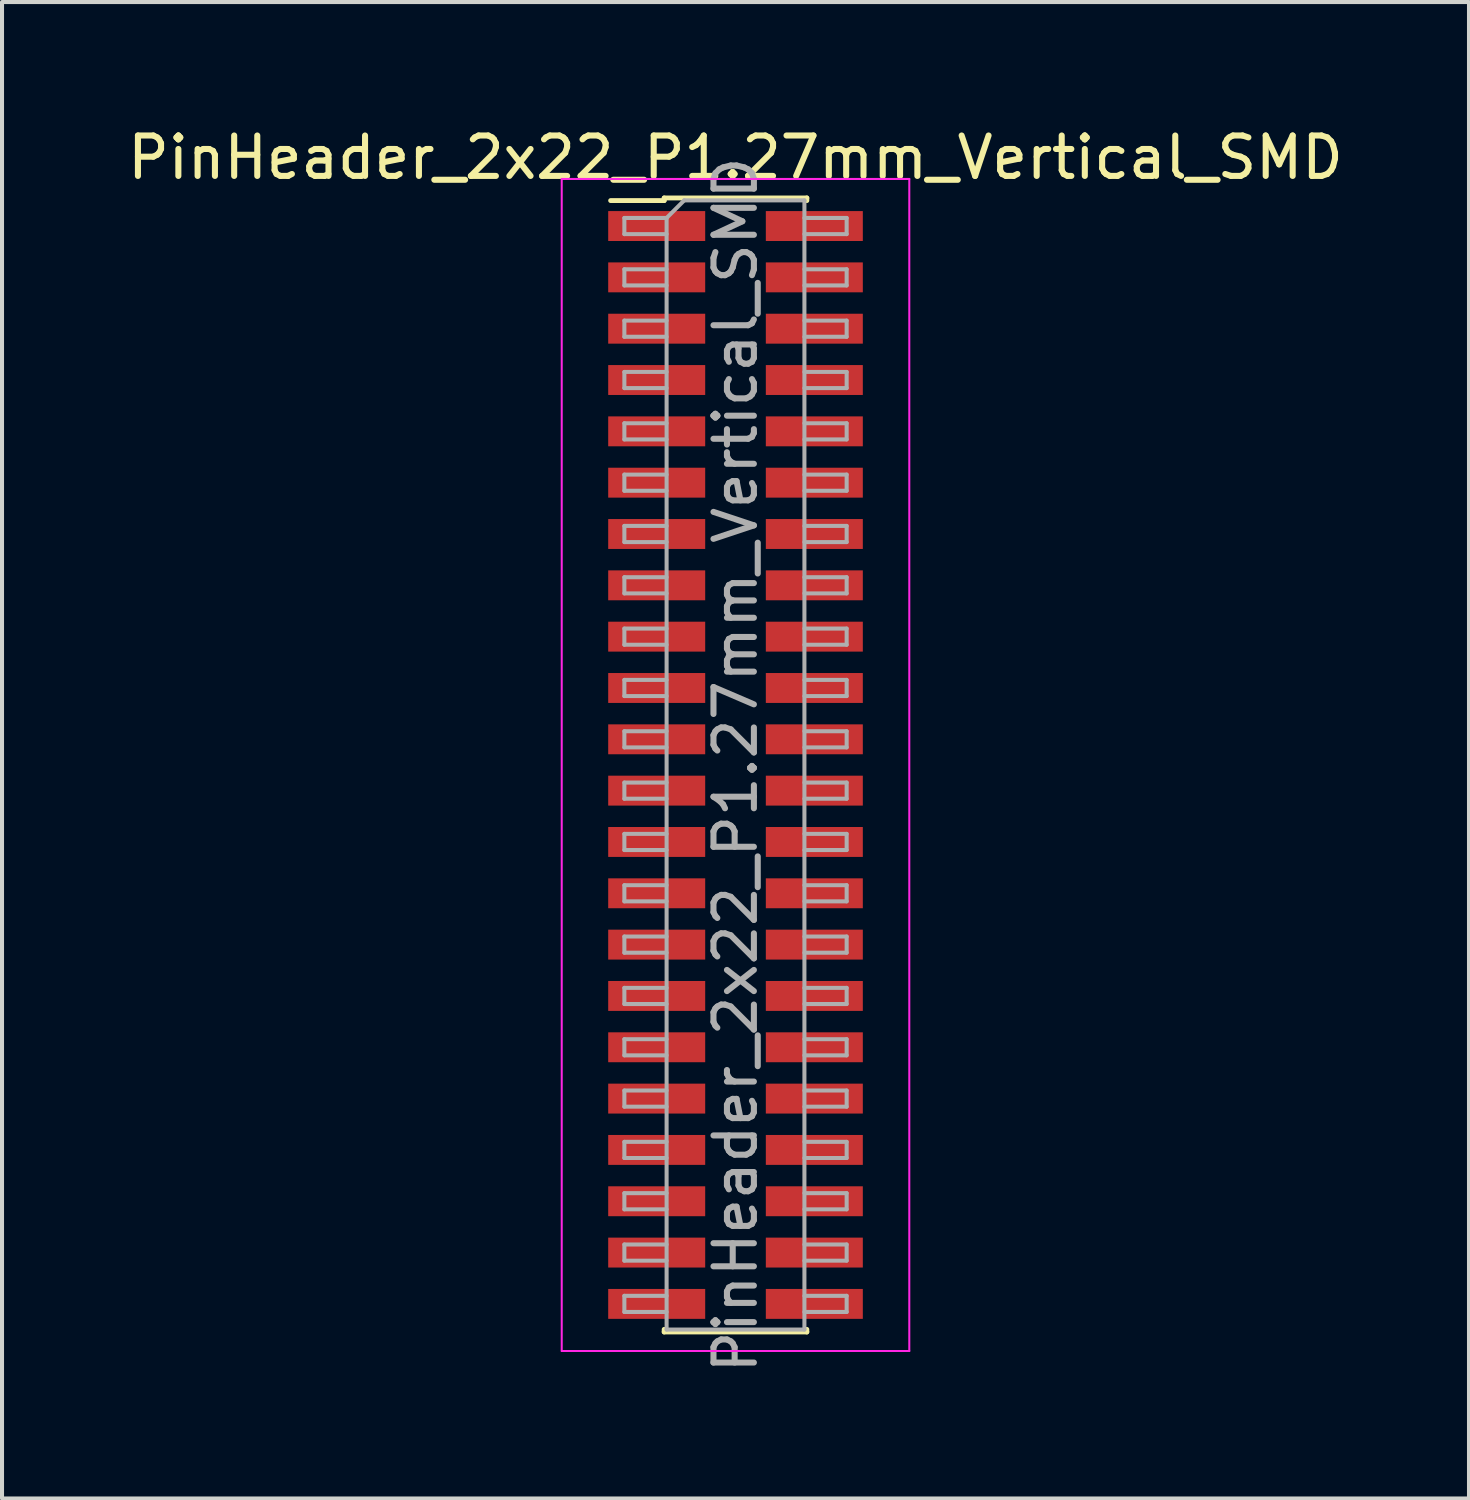
<source format=kicad_pcb>
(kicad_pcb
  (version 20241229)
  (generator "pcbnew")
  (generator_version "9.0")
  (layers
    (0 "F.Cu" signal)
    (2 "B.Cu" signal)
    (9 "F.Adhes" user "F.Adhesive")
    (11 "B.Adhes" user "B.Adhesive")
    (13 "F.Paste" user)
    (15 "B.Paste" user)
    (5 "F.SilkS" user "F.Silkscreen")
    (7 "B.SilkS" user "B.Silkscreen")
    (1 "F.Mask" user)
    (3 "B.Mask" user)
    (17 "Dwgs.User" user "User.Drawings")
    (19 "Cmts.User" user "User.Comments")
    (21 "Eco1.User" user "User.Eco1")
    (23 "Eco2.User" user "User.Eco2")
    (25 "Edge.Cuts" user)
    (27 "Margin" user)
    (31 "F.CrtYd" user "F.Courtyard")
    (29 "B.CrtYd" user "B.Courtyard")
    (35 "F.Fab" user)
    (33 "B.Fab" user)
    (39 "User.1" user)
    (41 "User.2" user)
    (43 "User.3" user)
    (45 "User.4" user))
  (footprint "PinHeader_2x22_P1.27mm_Vertical_SMD"
    (layer "F.Cu")
    (at 15.149 15.878)
    (property "Reference" "PinHeader_2x22_P1.27mm_Vertical_SMD" (at 0 -15.03 0) (layer "F.SilkS") (effects (font (size 1 1) (thickness 0.15))))
    (attr smd)
    (fp_line (start -3.09 -13.965) (end -1.765 -13.965) (stroke (width 0.12) (type solid)) (layer "F.SilkS"))
    (fp_line (start -1.765 -14.03) (end -1.765 -13.965) (stroke (width 0.12) (type solid)) (layer "F.SilkS"))
    (fp_line (start -1.765 -14.03) (end 1.765 -14.03) (stroke (width 0.12) (type solid)) (layer "F.SilkS"))
    (fp_line (start -1.765 13.965) (end -1.765 14.03) (stroke (width 0.12) (type solid)) (layer "F.SilkS"))
    (fp_line (start -1.765 14.03) (end 1.765 14.03) (stroke (width 0.12) (type solid)) (layer "F.SilkS"))
    (fp_line (start 1.765 -14.03) (end 1.765 -13.965) (stroke (width 0.12) (type solid)) (layer "F.SilkS"))
    (fp_line (start 1.765 13.965) (end 1.765 14.03) (stroke (width 0.12) (type solid)) (layer "F.SilkS"))
    (fp_line (start -4.3 -14.5) (end -4.3 14.5) (stroke (width 0.05) (type solid)) (layer "F.CrtYd"))
    (fp_line (start -4.3 14.5) (end 4.3 14.5) (stroke (width 0.05) (type solid)) (layer "F.CrtYd"))
    (fp_line (start 4.3 -14.5) (end -4.3 -14.5) (stroke (width 0.05) (type solid)) (layer "F.CrtYd"))
    (fp_line (start 4.3 14.5) (end 4.3 -14.5) (stroke (width 0.05) (type solid)) (layer "F.CrtYd"))
    (fp_line (start -2.75 -13.535) (end -2.75 -13.135) (stroke (width 0.1) (type solid)) (layer "F.Fab"))
    (fp_line (start -2.75 -13.135) (end -1.705 -13.135) (stroke (width 0.1) (type solid)) (layer "F.Fab"))
    (fp_line (start -2.75 -12.265) (end -2.75 -11.865) (stroke (width 0.1) (type solid)) (layer "F.Fab"))
    (fp_line (start -2.75 -11.865) (end -1.705 -11.865) (stroke (width 0.1) (type solid)) (layer "F.Fab"))
    (fp_line (start -2.75 -10.995) (end -2.75 -10.595) (stroke (width 0.1) (type solid)) (layer "F.Fab"))
    (fp_line (start -2.75 -10.595) (end -1.705 -10.595) (stroke (width 0.1) (type solid)) (layer "F.Fab"))
    (fp_line (start -2.75 -9.725) (end -2.75 -9.325) (stroke (width 0.1) (type solid)) (layer "F.Fab"))
    (fp_line (start -2.75 -9.325) (end -1.705 -9.325) (stroke (width 0.1) (type solid)) (layer "F.Fab"))
    (fp_line (start -2.75 -8.455) (end -2.75 -8.055) (stroke (width 0.1) (type solid)) (layer "F.Fab"))
    (fp_line (start -2.75 -8.055) (end -1.705 -8.055) (stroke (width 0.1) (type solid)) (layer "F.Fab"))
    (fp_line (start -2.75 -7.185) (end -2.75 -6.785) (stroke (width 0.1) (type solid)) (layer "F.Fab"))
    (fp_line (start -2.75 -6.785) (end -1.705 -6.785) (stroke (width 0.1) (type solid)) (layer "F.Fab"))
    (fp_line (start -2.75 -5.915) (end -2.75 -5.515) (stroke (width 0.1) (type solid)) (layer "F.Fab"))
    (fp_line (start -2.75 -5.515) (end -1.705 -5.515) (stroke (width 0.1) (type solid)) (layer "F.Fab"))
    (fp_line (start -2.75 -4.645) (end -2.75 -4.245) (stroke (width 0.1) (type solid)) (layer "F.Fab"))
    (fp_line (start -2.75 -4.245) (end -1.705 -4.245) (stroke (width 0.1) (type solid)) (layer "F.Fab"))
    (fp_line (start -2.75 -3.375) (end -2.75 -2.975) (stroke (width 0.1) (type solid)) (layer "F.Fab"))
    (fp_line (start -2.75 -2.975) (end -1.705 -2.975) (stroke (width 0.1) (type solid)) (layer "F.Fab"))
    (fp_line (start -2.75 -2.105) (end -2.75 -1.705) (stroke (width 0.1) (type solid)) (layer "F.Fab"))
    (fp_line (start -2.75 -1.705) (end -1.705 -1.705) (stroke (width 0.1) (type solid)) (layer "F.Fab"))
    (fp_line (start -2.75 -0.835) (end -2.75 -0.435) (stroke (width 0.1) (type solid)) (layer "F.Fab"))
    (fp_line (start -2.75 -0.435) (end -1.705 -0.435) (stroke (width 0.1) (type solid)) (layer "F.Fab"))
    (fp_line (start -2.75 0.435) (end -2.75 0.835) (stroke (width 0.1) (type solid)) (layer "F.Fab"))
    (fp_line (start -2.75 0.835) (end -1.705 0.835) (stroke (width 0.1) (type solid)) (layer "F.Fab"))
    (fp_line (start -2.75 1.705) (end -2.75 2.105) (stroke (width 0.1) (type solid)) (layer "F.Fab"))
    (fp_line (start -2.75 2.105) (end -1.705 2.105) (stroke (width 0.1) (type solid)) (layer "F.Fab"))
    (fp_line (start -2.75 2.975) (end -2.75 3.375) (stroke (width 0.1) (type solid)) (layer "F.Fab"))
    (fp_line (start -2.75 3.375) (end -1.705 3.375) (stroke (width 0.1) (type solid)) (layer "F.Fab"))
    (fp_line (start -2.75 4.245) (end -2.75 4.645) (stroke (width 0.1) (type solid)) (layer "F.Fab"))
    (fp_line (start -2.75 4.645) (end -1.705 4.645) (stroke (width 0.1) (type solid)) (layer "F.Fab"))
    (fp_line (start -2.75 5.515) (end -2.75 5.915) (stroke (width 0.1) (type solid)) (layer "F.Fab"))
    (fp_line (start -2.75 5.915) (end -1.705 5.915) (stroke (width 0.1) (type solid)) (layer "F.Fab"))
    (fp_line (start -2.75 6.785) (end -2.75 7.185) (stroke (width 0.1) (type solid)) (layer "F.Fab"))
    (fp_line (start -2.75 7.185) (end -1.705 7.185) (stroke (width 0.1) (type solid)) (layer "F.Fab"))
    (fp_line (start -2.75 8.055) (end -2.75 8.455) (stroke (width 0.1) (type solid)) (layer "F.Fab"))
    (fp_line (start -2.75 8.455) (end -1.705 8.455) (stroke (width 0.1) (type solid)) (layer "F.Fab"))
    (fp_line (start -2.75 9.325) (end -2.75 9.725) (stroke (width 0.1) (type solid)) (layer "F.Fab"))
    (fp_line (start -2.75 9.725) (end -1.705 9.725) (stroke (width 0.1) (type solid)) (layer "F.Fab"))
    (fp_line (start -2.75 10.595) (end -2.75 10.995) (stroke (width 0.1) (type solid)) (layer "F.Fab"))
    (fp_line (start -2.75 10.995) (end -1.705 10.995) (stroke (width 0.1) (type solid)) (layer "F.Fab"))
    (fp_line (start -2.75 11.865) (end -2.75 12.265) (stroke (width 0.1) (type solid)) (layer "F.Fab"))
    (fp_line (start -2.75 12.265) (end -1.705 12.265) (stroke (width 0.1) (type solid)) (layer "F.Fab"))
    (fp_line (start -2.75 13.135) (end -2.75 13.535) (stroke (width 0.1) (type solid)) (layer "F.Fab"))
    (fp_line (start -2.75 13.535) (end -1.705 13.535) (stroke (width 0.1) (type solid)) (layer "F.Fab"))
    (fp_line (start -1.705 -13.535) (end -2.75 -13.535) (stroke (width 0.1) (type solid)) (layer "F.Fab"))
    (fp_line (start -1.705 -13.535) (end -1.27 -13.97) (stroke (width 0.1) (type solid)) (layer "F.Fab"))
    (fp_line (start -1.705 -12.265) (end -2.75 -12.265) (stroke (width 0.1) (type solid)) (layer "F.Fab"))
    (fp_line (start -1.705 -10.995) (end -2.75 -10.995) (stroke (width 0.1) (type solid)) (layer "F.Fab"))
    (fp_line (start -1.705 -9.725) (end -2.75 -9.725) (stroke (width 0.1) (type solid)) (layer "F.Fab"))
    (fp_line (start -1.705 -8.455) (end -2.75 -8.455) (stroke (width 0.1) (type solid)) (layer "F.Fab"))
    (fp_line (start -1.705 -7.185) (end -2.75 -7.185) (stroke (width 0.1) (type solid)) (layer "F.Fab"))
    (fp_line (start -1.705 -5.915) (end -2.75 -5.915) (stroke (width 0.1) (type solid)) (layer "F.Fab"))
    (fp_line (start -1.705 -4.645) (end -2.75 -4.645) (stroke (width 0.1) (type solid)) (layer "F.Fab"))
    (fp_line (start -1.705 -3.375) (end -2.75 -3.375) (stroke (width 0.1) (type solid)) (layer "F.Fab"))
    (fp_line (start -1.705 -2.105) (end -2.75 -2.105) (stroke (width 0.1) (type solid)) (layer "F.Fab"))
    (fp_line (start -1.705 -0.835) (end -2.75 -0.835) (stroke (width 0.1) (type solid)) (layer "F.Fab"))
    (fp_line (start -1.705 0.435) (end -2.75 0.435) (stroke (width 0.1) (type solid)) (layer "F.Fab"))
    (fp_line (start -1.705 1.705) (end -2.75 1.705) (stroke (width 0.1) (type solid)) (layer "F.Fab"))
    (fp_line (start -1.705 2.975) (end -2.75 2.975) (stroke (width 0.1) (type solid)) (layer "F.Fab"))
    (fp_line (start -1.705 4.245) (end -2.75 4.245) (stroke (width 0.1) (type solid)) (layer "F.Fab"))
    (fp_line (start -1.705 5.515) (end -2.75 5.515) (stroke (width 0.1) (type solid)) (layer "F.Fab"))
    (fp_line (start -1.705 6.785) (end -2.75 6.785) (stroke (width 0.1) (type solid)) (layer "F.Fab"))
    (fp_line (start -1.705 8.055) (end -2.75 8.055) (stroke (width 0.1) (type solid)) (layer "F.Fab"))
    (fp_line (start -1.705 9.325) (end -2.75 9.325) (stroke (width 0.1) (type solid)) (layer "F.Fab"))
    (fp_line (start -1.705 10.595) (end -2.75 10.595) (stroke (width 0.1) (type solid)) (layer "F.Fab"))
    (fp_line (start -1.705 11.865) (end -2.75 11.865) (stroke (width 0.1) (type solid)) (layer "F.Fab"))
    (fp_line (start -1.705 13.135) (end -2.75 13.135) (stroke (width 0.1) (type solid)) (layer "F.Fab"))
    (fp_line (start -1.705 13.97) (end -1.705 -13.535) (stroke (width 0.1) (type solid)) (layer "F.Fab"))
    (fp_line (start -1.27 -13.97) (end 1.705 -13.97) (stroke (width 0.1) (type solid)) (layer "F.Fab"))
    (fp_line (start 1.705 -13.97) (end 1.705 13.97) (stroke (width 0.1) (type solid)) (layer "F.Fab"))
    (fp_line (start 1.705 -13.535) (end 2.75 -13.535) (stroke (width 0.1) (type solid)) (layer "F.Fab"))
    (fp_line (start 1.705 -12.265) (end 2.75 -12.265) (stroke (width 0.1) (type solid)) (layer "F.Fab"))
    (fp_line (start 1.705 -10.995) (end 2.75 -10.995) (stroke (width 0.1) (type solid)) (layer "F.Fab"))
    (fp_line (start 1.705 -9.725) (end 2.75 -9.725) (stroke (width 0.1) (type solid)) (layer "F.Fab"))
    (fp_line (start 1.705 -8.455) (end 2.75 -8.455) (stroke (width 0.1) (type solid)) (layer "F.Fab"))
    (fp_line (start 1.705 -7.185) (end 2.75 -7.185) (stroke (width 0.1) (type solid)) (layer "F.Fab"))
    (fp_line (start 1.705 -5.915) (end 2.75 -5.915) (stroke (width 0.1) (type solid)) (layer "F.Fab"))
    (fp_line (start 1.705 -4.645) (end 2.75 -4.645) (stroke (width 0.1) (type solid)) (layer "F.Fab"))
    (fp_line (start 1.705 -3.375) (end 2.75 -3.375) (stroke (width 0.1) (type solid)) (layer "F.Fab"))
    (fp_line (start 1.705 -2.105) (end 2.75 -2.105) (stroke (width 0.1) (type solid)) (layer "F.Fab"))
    (fp_line (start 1.705 -0.835) (end 2.75 -0.835) (stroke (width 0.1) (type solid)) (layer "F.Fab"))
    (fp_line (start 1.705 0.435) (end 2.75 0.435) (stroke (width 0.1) (type solid)) (layer "F.Fab"))
    (fp_line (start 1.705 1.705) (end 2.75 1.705) (stroke (width 0.1) (type solid)) (layer "F.Fab"))
    (fp_line (start 1.705 2.975) (end 2.75 2.975) (stroke (width 0.1) (type solid)) (layer "F.Fab"))
    (fp_line (start 1.705 4.245) (end 2.75 4.245) (stroke (width 0.1) (type solid)) (layer "F.Fab"))
    (fp_line (start 1.705 5.515) (end 2.75 5.515) (stroke (width 0.1) (type solid)) (layer "F.Fab"))
    (fp_line (start 1.705 6.785) (end 2.75 6.785) (stroke (width 0.1) (type solid)) (layer "F.Fab"))
    (fp_line (start 1.705 8.055) (end 2.75 8.055) (stroke (width 0.1) (type solid)) (layer "F.Fab"))
    (fp_line (start 1.705 9.325) (end 2.75 9.325) (stroke (width 0.1) (type solid)) (layer "F.Fab"))
    (fp_line (start 1.705 10.595) (end 2.75 10.595) (stroke (width 0.1) (type solid)) (layer "F.Fab"))
    (fp_line (start 1.705 11.865) (end 2.75 11.865) (stroke (width 0.1) (type solid)) (layer "F.Fab"))
    (fp_line (start 1.705 13.135) (end 2.75 13.135) (stroke (width 0.1) (type solid)) (layer "F.Fab"))
    (fp_line (start 1.705 13.97) (end -1.705 13.97) (stroke (width 0.1) (type solid)) (layer "F.Fab"))
    (fp_line (start 2.75 -13.535) (end 2.75 -13.135) (stroke (width 0.1) (type solid)) (layer "F.Fab"))
    (fp_line (start 2.75 -13.135) (end 1.705 -13.135) (stroke (width 0.1) (type solid)) (layer "F.Fab"))
    (fp_line (start 2.75 -12.265) (end 2.75 -11.865) (stroke (width 0.1) (type solid)) (layer "F.Fab"))
    (fp_line (start 2.75 -11.865) (end 1.705 -11.865) (stroke (width 0.1) (type solid)) (layer "F.Fab"))
    (fp_line (start 2.75 -10.995) (end 2.75 -10.595) (stroke (width 0.1) (type solid)) (layer "F.Fab"))
    (fp_line (start 2.75 -10.595) (end 1.705 -10.595) (stroke (width 0.1) (type solid)) (layer "F.Fab"))
    (fp_line (start 2.75 -9.725) (end 2.75 -9.325) (stroke (width 0.1) (type solid)) (layer "F.Fab"))
    (fp_line (start 2.75 -9.325) (end 1.705 -9.325) (stroke (width 0.1) (type solid)) (layer "F.Fab"))
    (fp_line (start 2.75 -8.455) (end 2.75 -8.055) (stroke (width 0.1) (type solid)) (layer "F.Fab"))
    (fp_line (start 2.75 -8.055) (end 1.705 -8.055) (stroke (width 0.1) (type solid)) (layer "F.Fab"))
    (fp_line (start 2.75 -7.185) (end 2.75 -6.785) (stroke (width 0.1) (type solid)) (layer "F.Fab"))
    (fp_line (start 2.75 -6.785) (end 1.705 -6.785) (stroke (width 0.1) (type solid)) (layer "F.Fab"))
    (fp_line (start 2.75 -5.915) (end 2.75 -5.515) (stroke (width 0.1) (type solid)) (layer "F.Fab"))
    (fp_line (start 2.75 -5.515) (end 1.705 -5.515) (stroke (width 0.1) (type solid)) (layer "F.Fab"))
    (fp_line (start 2.75 -4.645) (end 2.75 -4.245) (stroke (width 0.1) (type solid)) (layer "F.Fab"))
    (fp_line (start 2.75 -4.245) (end 1.705 -4.245) (stroke (width 0.1) (type solid)) (layer "F.Fab"))
    (fp_line (start 2.75 -3.375) (end 2.75 -2.975) (stroke (width 0.1) (type solid)) (layer "F.Fab"))
    (fp_line (start 2.75 -2.975) (end 1.705 -2.975) (stroke (width 0.1) (type solid)) (layer "F.Fab"))
    (fp_line (start 2.75 -2.105) (end 2.75 -1.705) (stroke (width 0.1) (type solid)) (layer "F.Fab"))
    (fp_line (start 2.75 -1.705) (end 1.705 -1.705) (stroke (width 0.1) (type solid)) (layer "F.Fab"))
    (fp_line (start 2.75 -0.835) (end 2.75 -0.435) (stroke (width 0.1) (type solid)) (layer "F.Fab"))
    (fp_line (start 2.75 -0.435) (end 1.705 -0.435) (stroke (width 0.1) (type solid)) (layer "F.Fab"))
    (fp_line (start 2.75 0.435) (end 2.75 0.835) (stroke (width 0.1) (type solid)) (layer "F.Fab"))
    (fp_line (start 2.75 0.835) (end 1.705 0.835) (stroke (width 0.1) (type solid)) (layer "F.Fab"))
    (fp_line (start 2.75 1.705) (end 2.75 2.105) (stroke (width 0.1) (type solid)) (layer "F.Fab"))
    (fp_line (start 2.75 2.105) (end 1.705 2.105) (stroke (width 0.1) (type solid)) (layer "F.Fab"))
    (fp_line (start 2.75 2.975) (end 2.75 3.375) (stroke (width 0.1) (type solid)) (layer "F.Fab"))
    (fp_line (start 2.75 3.375) (end 1.705 3.375) (stroke (width 0.1) (type solid)) (layer "F.Fab"))
    (fp_line (start 2.75 4.245) (end 2.75 4.645) (stroke (width 0.1) (type solid)) (layer "F.Fab"))
    (fp_line (start 2.75 4.645) (end 1.705 4.645) (stroke (width 0.1) (type solid)) (layer "F.Fab"))
    (fp_line (start 2.75 5.515) (end 2.75 5.915) (stroke (width 0.1) (type solid)) (layer "F.Fab"))
    (fp_line (start 2.75 5.915) (end 1.705 5.915) (stroke (width 0.1) (type solid)) (layer "F.Fab"))
    (fp_line (start 2.75 6.785) (end 2.75 7.185) (stroke (width 0.1) (type solid)) (layer "F.Fab"))
    (fp_line (start 2.75 7.185) (end 1.705 7.185) (stroke (width 0.1) (type solid)) (layer "F.Fab"))
    (fp_line (start 2.75 8.055) (end 2.75 8.455) (stroke (width 0.1) (type solid)) (layer "F.Fab"))
    (fp_line (start 2.75 8.455) (end 1.705 8.455) (stroke (width 0.1) (type solid)) (layer "F.Fab"))
    (fp_line (start 2.75 9.325) (end 2.75 9.725) (stroke (width 0.1) (type solid)) (layer "F.Fab"))
    (fp_line (start 2.75 9.725) (end 1.705 9.725) (stroke (width 0.1) (type solid)) (layer "F.Fab"))
    (fp_line (start 2.75 10.595) (end 2.75 10.995) (stroke (width 0.1) (type solid)) (layer "F.Fab"))
    (fp_line (start 2.75 10.995) (end 1.705 10.995) (stroke (width 0.1) (type solid)) (layer "F.Fab"))
    (fp_line (start 2.75 11.865) (end 2.75 12.265) (stroke (width 0.1) (type solid)) (layer "F.Fab"))
    (fp_line (start 2.75 12.265) (end 1.705 12.265) (stroke (width 0.1) (type solid)) (layer "F.Fab"))
    (fp_line (start 2.75 13.135) (end 2.75 13.535) (stroke (width 0.1) (type solid)) (layer "F.Fab"))
    (fp_line (start 2.75 13.535) (end 1.705 13.535) (stroke (width 0.1) (type solid)) (layer "F.Fab"))
    (fp_text user "${REFERENCE}" (at 0 0 90) (layer "F.Fab") (effects (font (size 1 1) (thickness 0.15))))
    (pad "1" smd rect (at -1.95 -13.335) (size 2.4 0.74) (layers "F.Cu" "F.Mask" "F.Paste"))
    (pad "2" smd rect (at 1.95 -13.335) (size 2.4 0.74) (layers "F.Cu" "F.Mask" "F.Paste"))
    (pad "3" smd rect (at -1.95 -12.065) (size 2.4 0.74) (layers "F.Cu" "F.Mask" "F.Paste"))
    (pad "4" smd rect (at 1.95 -12.065) (size 2.4 0.74) (layers "F.Cu" "F.Mask" "F.Paste"))
    (pad "5" smd rect (at -1.95 -10.795) (size 2.4 0.74) (layers "F.Cu" "F.Mask" "F.Paste"))
    (pad "6" smd rect (at 1.95 -10.795) (size 2.4 0.74) (layers "F.Cu" "F.Mask" "F.Paste"))
    (pad "7" smd rect (at -1.95 -9.525) (size 2.4 0.74) (layers "F.Cu" "F.Mask" "F.Paste"))
    (pad "8" smd rect (at 1.95 -9.525) (size 2.4 0.74) (layers "F.Cu" "F.Mask" "F.Paste"))
    (pad "9" smd rect (at -1.95 -8.255) (size 2.4 0.74) (layers "F.Cu" "F.Mask" "F.Paste"))
    (pad "10" smd rect (at 1.95 -8.255) (size 2.4 0.74) (layers "F.Cu" "F.Mask" "F.Paste"))
    (pad "11" smd rect (at -1.95 -6.985) (size 2.4 0.74) (layers "F.Cu" "F.Mask" "F.Paste"))
    (pad "12" smd rect (at 1.95 -6.985) (size 2.4 0.74) (layers "F.Cu" "F.Mask" "F.Paste"))
    (pad "13" smd rect (at -1.95 -5.715) (size 2.4 0.74) (layers "F.Cu" "F.Mask" "F.Paste"))
    (pad "14" smd rect (at 1.95 -5.715) (size 2.4 0.74) (layers "F.Cu" "F.Mask" "F.Paste"))
    (pad "15" smd rect (at -1.95 -4.445) (size 2.4 0.74) (layers "F.Cu" "F.Mask" "F.Paste"))
    (pad "16" smd rect (at 1.95 -4.445) (size 2.4 0.74) (layers "F.Cu" "F.Mask" "F.Paste"))
    (pad "17" smd rect (at -1.95 -3.175) (size 2.4 0.74) (layers "F.Cu" "F.Mask" "F.Paste"))
    (pad "18" smd rect (at 1.95 -3.175) (size 2.4 0.74) (layers "F.Cu" "F.Mask" "F.Paste"))
    (pad "19" smd rect (at -1.95 -1.905) (size 2.4 0.74) (layers "F.Cu" "F.Mask" "F.Paste"))
    (pad "20" smd rect (at 1.95 -1.905) (size 2.4 0.74) (layers "F.Cu" "F.Mask" "F.Paste"))
    (pad "21" smd rect (at -1.95 -0.635) (size 2.4 0.74) (layers "F.Cu" "F.Mask" "F.Paste"))
    (pad "22" smd rect (at 1.95 -0.635) (size 2.4 0.74) (layers "F.Cu" "F.Mask" "F.Paste"))
    (pad "23" smd rect (at -1.95 0.635) (size 2.4 0.74) (layers "F.Cu" "F.Mask" "F.Paste"))
    (pad "24" smd rect (at 1.95 0.635) (size 2.4 0.74) (layers "F.Cu" "F.Mask" "F.Paste"))
    (pad "25" smd rect (at -1.95 1.905) (size 2.4 0.74) (layers "F.Cu" "F.Mask" "F.Paste"))
    (pad "26" smd rect (at 1.95 1.905) (size 2.4 0.74) (layers "F.Cu" "F.Mask" "F.Paste"))
    (pad "27" smd rect (at -1.95 3.175) (size 2.4 0.74) (layers "F.Cu" "F.Mask" "F.Paste"))
    (pad "28" smd rect (at 1.95 3.175) (size 2.4 0.74) (layers "F.Cu" "F.Mask" "F.Paste"))
    (pad "29" smd rect (at -1.95 4.445) (size 2.4 0.74) (layers "F.Cu" "F.Mask" "F.Paste"))
    (pad "30" smd rect (at 1.95 4.445) (size 2.4 0.74) (layers "F.Cu" "F.Mask" "F.Paste"))
    (pad "31" smd rect (at -1.95 5.715) (size 2.4 0.74) (layers "F.Cu" "F.Mask" "F.Paste"))
    (pad "32" smd rect (at 1.95 5.715) (size 2.4 0.74) (layers "F.Cu" "F.Mask" "F.Paste"))
    (pad "33" smd rect (at -1.95 6.985) (size 2.4 0.74) (layers "F.Cu" "F.Mask" "F.Paste"))
    (pad "34" smd rect (at 1.95 6.985) (size 2.4 0.74) (layers "F.Cu" "F.Mask" "F.Paste"))
    (pad "35" smd rect (at -1.95 8.255) (size 2.4 0.74) (layers "F.Cu" "F.Mask" "F.Paste"))
    (pad "36" smd rect (at 1.95 8.255) (size 2.4 0.74) (layers "F.Cu" "F.Mask" "F.Paste"))
    (pad "37" smd rect (at -1.95 9.525) (size 2.4 0.74) (layers "F.Cu" "F.Mask" "F.Paste"))
    (pad "38" smd rect (at 1.95 9.525) (size 2.4 0.74) (layers "F.Cu" "F.Mask" "F.Paste"))
    (pad "39" smd rect (at -1.95 10.795) (size 2.4 0.74) (layers "F.Cu" "F.Mask" "F.Paste"))
    (pad "40" smd rect (at 1.95 10.795) (size 2.4 0.74) (layers "F.Cu" "F.Mask" "F.Paste"))
    (pad "41" smd rect (at -1.95 12.065) (size 2.4 0.74) (layers "F.Cu" "F.Mask" "F.Paste"))
    (pad "42" smd rect (at 1.95 12.065) (size 2.4 0.74) (layers "F.Cu" "F.Mask" "F.Paste"))
    (pad "43" smd rect (at -1.95 13.335) (size 2.4 0.74) (layers "F.Cu" "F.Mask" "F.Paste"))
    (pad "44" smd rect (at 1.95 13.335) (size 2.4 0.74) (layers "F.Cu" "F.Mask" "F.Paste")))
  (gr_rect
    (start -3 -3)
    (end 33.298 34.027)
    (stroke (width 0.1) (type default))
    (fill no)
    (layer "Edge.Cuts")))
</source>
